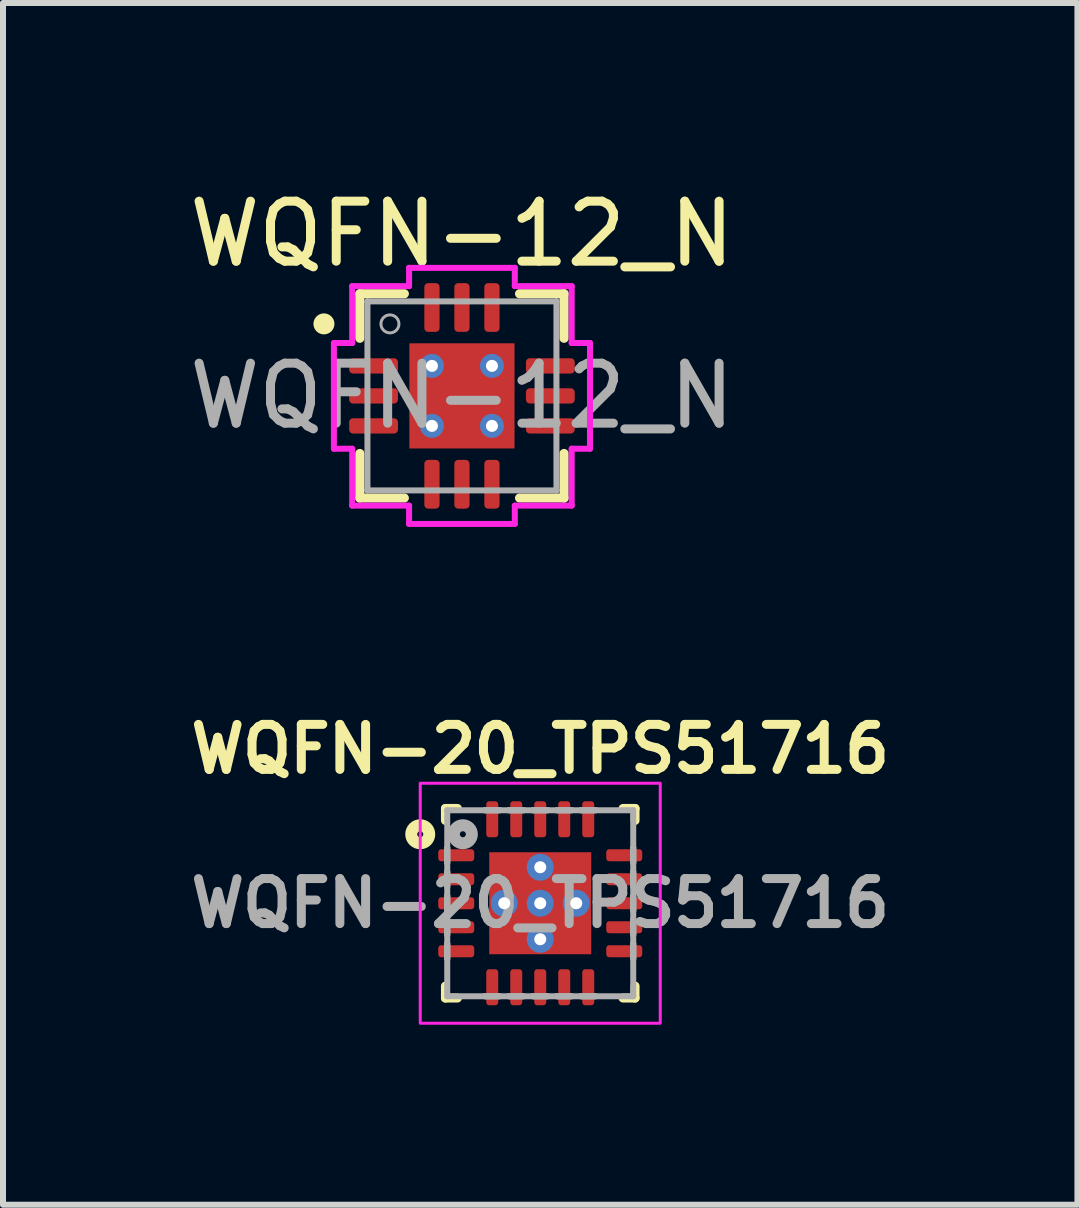
<source format=kicad_pcb>
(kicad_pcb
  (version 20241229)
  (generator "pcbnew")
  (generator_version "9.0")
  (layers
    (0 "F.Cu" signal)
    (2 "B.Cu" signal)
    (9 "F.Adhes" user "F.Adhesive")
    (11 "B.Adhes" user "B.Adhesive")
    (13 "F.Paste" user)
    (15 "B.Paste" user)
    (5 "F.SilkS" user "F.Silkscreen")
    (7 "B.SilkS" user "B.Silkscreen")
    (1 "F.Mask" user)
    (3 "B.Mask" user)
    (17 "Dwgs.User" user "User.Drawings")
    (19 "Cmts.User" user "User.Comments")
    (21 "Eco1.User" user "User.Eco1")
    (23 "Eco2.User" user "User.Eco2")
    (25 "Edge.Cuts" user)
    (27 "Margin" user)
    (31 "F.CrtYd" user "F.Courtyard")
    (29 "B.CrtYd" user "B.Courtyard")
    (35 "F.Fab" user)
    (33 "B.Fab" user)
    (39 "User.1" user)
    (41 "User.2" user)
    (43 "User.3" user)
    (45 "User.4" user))
  (footprint "WQFN-12_N"
    (layer "F.Cu")
    (at 4.649 3.548)
    (property "Reference" "WQFN-12_N" (at 0 -2.7 0) (unlocked yes) (layer "F.SilkS") (effects (font (size 1 1) (thickness 0.15))))
    (attr smd)
    (fp_line (start -1.702 -1.702) (end -1.702 -0.96) (stroke (width 0.152) (type solid)) (layer "F.SilkS"))
    (fp_line (start -1.702 0.96) (end -1.702 1.702) (stroke (width 0.152) (type solid)) (layer "F.SilkS"))
    (fp_line (start -1.702 1.702) (end -0.96 1.702) (stroke (width 0.152) (type solid)) (layer "F.SilkS"))
    (fp_line (start -0.96 -1.702) (end -1.702 -1.702) (stroke (width 0.152) (type solid)) (layer "F.SilkS"))
    (fp_line (start 0.96 1.702) (end 1.702 1.702) (stroke (width 0.152) (type solid)) (layer "F.SilkS"))
    (fp_line (start 1.702 -1.702) (end 0.96 -1.702) (stroke (width 0.152) (type solid)) (layer "F.SilkS"))
    (fp_line (start 1.702 -0.96) (end 1.702 -1.702) (stroke (width 0.152) (type solid)) (layer "F.SilkS"))
    (fp_line (start 1.702 1.702) (end 1.702 0.96) (stroke (width 0.152) (type solid)) (layer "F.SilkS"))
    (fp_circle (center -2.3 -1.2) (end -2.15 -1.2) (stroke (width 0.05) (type solid)) (fill yes) (layer "F.SilkS"))
    (fp_rect (start -0.825 -0.825) (end 0.825 0.825) (stroke (width 0.01) (type solid)) (fill yes) (layer "F.Paste"))
    (fp_line (start -2.134 -0.881) (end -1.829 -0.881) (stroke (width 0.1) (type solid)) (layer "F.CrtYd"))
    (fp_line (start -2.134 0.881) (end -2.134 -0.881) (stroke (width 0.1) (type solid)) (layer "F.CrtYd"))
    (fp_line (start -1.829 -1.829) (end -0.881 -1.829) (stroke (width 0.1) (type solid)) (layer "F.CrtYd"))
    (fp_line (start -1.829 -0.881) (end -1.829 -1.829) (stroke (width 0.1) (type solid)) (layer "F.CrtYd"))
    (fp_line (start -1.829 0.881) (end -2.134 0.881) (stroke (width 0.1) (type solid)) (layer "F.CrtYd"))
    (fp_line (start -1.829 1.829) (end -1.829 0.881) (stroke (width 0.1) (type solid)) (layer "F.CrtYd"))
    (fp_line (start -0.881 -2.134) (end 0.881 -2.134) (stroke (width 0.1) (type solid)) (layer "F.CrtYd"))
    (fp_line (start -0.881 -1.829) (end -0.881 -2.134) (stroke (width 0.1) (type solid)) (layer "F.CrtYd"))
    (fp_line (start -0.881 1.829) (end -1.829 1.829) (stroke (width 0.1) (type solid)) (layer "F.CrtYd"))
    (fp_line (start -0.881 2.134) (end -0.881 1.829) (stroke (width 0.1) (type solid)) (layer "F.CrtYd"))
    (fp_line (start 0.881 -2.134) (end 0.881 -1.829) (stroke (width 0.1) (type solid)) (layer "F.CrtYd"))
    (fp_line (start 0.881 -1.829) (end 1.829 -1.829) (stroke (width 0.1) (type solid)) (layer "F.CrtYd"))
    (fp_line (start 0.881 1.829) (end 0.881 2.134) (stroke (width 0.1) (type solid)) (layer "F.CrtYd"))
    (fp_line (start 0.881 2.134) (end -0.881 2.134) (stroke (width 0.1) (type solid)) (layer "F.CrtYd"))
    (fp_line (start 1.829 -1.829) (end 1.829 -0.881) (stroke (width 0.1) (type solid)) (layer "F.CrtYd"))
    (fp_line (start 1.829 -0.881) (end 2.134 -0.881) (stroke (width 0.1) (type solid)) (layer "F.CrtYd"))
    (fp_line (start 1.829 0.881) (end 1.829 1.829) (stroke (width 0.1) (type solid)) (layer "F.CrtYd"))
    (fp_line (start 1.829 1.829) (end 0.881 1.829) (stroke (width 0.1) (type solid)) (layer "F.CrtYd"))
    (fp_line (start 2.134 -0.881) (end 2.134 0.881) (stroke (width 0.1) (type solid)) (layer "F.CrtYd"))
    (fp_line (start 2.134 0.881) (end 1.829 0.881) (stroke (width 0.1) (type solid)) (layer "F.CrtYd"))
    (fp_line (start -1.575 -1.575) (end -1.575 -1.575) (stroke (width 0.1) (type solid)) (layer "F.Fab"))
    (fp_line (start -1.575 -1.575) (end -1.575 1.575) (stroke (width 0.1) (type solid)) (layer "F.Fab"))
    (fp_line (start -1.575 -0.653) (end -1.575 -0.653) (stroke (width 0.025) (type solid)) (layer "F.Fab"))
    (fp_line (start -1.575 -0.653) (end -1.575 -0.348) (stroke (width 0.025) (type solid)) (layer "F.Fab"))
    (fp_line (start -1.575 -0.348) (end -1.575 -0.653) (stroke (width 0.025) (type solid)) (layer "F.Fab"))
    (fp_line (start -1.575 -0.348) (end -1.575 -0.348) (stroke (width 0.025) (type solid)) (layer "F.Fab"))
    (fp_line (start -1.575 -0.152) (end -1.575 -0.152) (stroke (width 0.025) (type solid)) (layer "F.Fab"))
    (fp_line (start -1.575 -0.152) (end -1.575 0.152) (stroke (width 0.025) (type solid)) (layer "F.Fab"))
    (fp_line (start -1.575 0.152) (end -1.575 -0.152) (stroke (width 0.025) (type solid)) (layer "F.Fab"))
    (fp_line (start -1.575 0.152) (end -1.575 0.152) (stroke (width 0.025) (type solid)) (layer "F.Fab"))
    (fp_line (start -1.575 0.348) (end -1.575 0.348) (stroke (width 0.025) (type solid)) (layer "F.Fab"))
    (fp_line (start -1.575 0.348) (end -1.575 0.653) (stroke (width 0.025) (type solid)) (layer "F.Fab"))
    (fp_line (start -1.575 0.653) (end -1.575 0.348) (stroke (width 0.025) (type solid)) (layer "F.Fab"))
    (fp_line (start -1.575 0.653) (end -1.575 0.653) (stroke (width 0.025) (type solid)) (layer "F.Fab"))
    (fp_line (start -1.575 1.575) (end -1.575 1.575) (stroke (width 0.1) (type solid)) (layer "F.Fab"))
    (fp_line (start -1.575 1.575) (end 1.575 1.575) (stroke (width 0.1) (type solid)) (layer "F.Fab"))
    (fp_line (start -0.653 -1.575) (end -0.653 -1.575) (stroke (width 0.025) (type solid)) (layer "F.Fab"))
    (fp_line (start -0.653 -1.575) (end -0.348 -1.575) (stroke (width 0.025) (type solid)) (layer "F.Fab"))
    (fp_line (start -0.653 1.575) (end -0.653 1.575) (stroke (width 0.025) (type solid)) (layer "F.Fab"))
    (fp_line (start -0.653 1.575) (end -0.348 1.575) (stroke (width 0.025) (type solid)) (layer "F.Fab"))
    (fp_line (start -0.348 -1.575) (end -0.653 -1.575) (stroke (width 0.025) (type solid)) (layer "F.Fab"))
    (fp_line (start -0.348 -1.575) (end -0.348 -1.575) (stroke (width 0.025) (type solid)) (layer "F.Fab"))
    (fp_line (start -0.348 1.575) (end -0.653 1.575) (stroke (width 0.025) (type solid)) (layer "F.Fab"))
    (fp_line (start -0.348 1.575) (end -0.348 1.575) (stroke (width 0.025) (type solid)) (layer "F.Fab"))
    (fp_line (start -0.152 -1.575) (end -0.152 -1.575) (stroke (width 0.025) (type solid)) (layer "F.Fab"))
    (fp_line (start -0.152 -1.575) (end 0.152 -1.575) (stroke (width 0.025) (type solid)) (layer "F.Fab"))
    (fp_line (start -0.152 1.575) (end -0.152 1.575) (stroke (width 0.025) (type solid)) (layer "F.Fab"))
    (fp_line (start -0.152 1.575) (end 0.152 1.575) (stroke (width 0.025) (type solid)) (layer "F.Fab"))
    (fp_line (start 0.152 -1.575) (end -0.152 -1.575) (stroke (width 0.025) (type solid)) (layer "F.Fab"))
    (fp_line (start 0.152 -1.575) (end 0.152 -1.575) (stroke (width 0.025) (type solid)) (layer "F.Fab"))
    (fp_line (start 0.152 1.575) (end -0.152 1.575) (stroke (width 0.025) (type solid)) (layer "F.Fab"))
    (fp_line (start 0.152 1.575) (end 0.152 1.575) (stroke (width 0.025) (type solid)) (layer "F.Fab"))
    (fp_line (start 0.348 -1.575) (end 0.348 -1.575) (stroke (width 0.025) (type solid)) (layer "F.Fab"))
    (fp_line (start 0.348 -1.575) (end 0.653 -1.575) (stroke (width 0.025) (type solid)) (layer "F.Fab"))
    (fp_line (start 0.348 1.575) (end 0.348 1.575) (stroke (width 0.025) (type solid)) (layer "F.Fab"))
    (fp_line (start 0.348 1.575) (end 0.653 1.575) (stroke (width 0.025) (type solid)) (layer "F.Fab"))
    (fp_line (start 0.653 -1.575) (end 0.348 -1.575) (stroke (width 0.025) (type solid)) (layer "F.Fab"))
    (fp_line (start 0.653 -1.575) (end 0.653 -1.575) (stroke (width 0.025) (type solid)) (layer "F.Fab"))
    (fp_line (start 0.653 1.575) (end 0.348 1.575) (stroke (width 0.025) (type solid)) (layer "F.Fab"))
    (fp_line (start 0.653 1.575) (end 0.653 1.575) (stroke (width 0.025) (type solid)) (layer "F.Fab"))
    (fp_line (start 1.575 -1.575) (end -1.575 -1.575) (stroke (width 0.1) (type solid)) (layer "F.Fab"))
    (fp_line (start 1.575 -1.575) (end 1.575 -1.575) (stroke (width 0.1) (type solid)) (layer "F.Fab"))
    (fp_line (start 1.575 -0.653) (end 1.575 -0.653) (stroke (width 0.025) (type solid)) (layer "F.Fab"))
    (fp_line (start 1.575 -0.653) (end 1.575 -0.348) (stroke (width 0.025) (type solid)) (layer "F.Fab"))
    (fp_line (start 1.575 -0.348) (end 1.575 -0.653) (stroke (width 0.025) (type solid)) (layer "F.Fab"))
    (fp_line (start 1.575 -0.348) (end 1.575 -0.348) (stroke (width 0.025) (type solid)) (layer "F.Fab"))
    (fp_line (start 1.575 -0.152) (end 1.575 -0.152) (stroke (width 0.025) (type solid)) (layer "F.Fab"))
    (fp_line (start 1.575 -0.152) (end 1.575 0.152) (stroke (width 0.025) (type solid)) (layer "F.Fab"))
    (fp_line (start 1.575 0.152) (end 1.575 -0.152) (stroke (width 0.025) (type solid)) (layer "F.Fab"))
    (fp_line (start 1.575 0.152) (end 1.575 0.152) (stroke (width 0.025) (type solid)) (layer "F.Fab"))
    (fp_line (start 1.575 0.348) (end 1.575 0.348) (stroke (width 0.025) (type solid)) (layer "F.Fab"))
    (fp_line (start 1.575 0.348) (end 1.575 0.653) (stroke (width 0.025) (type solid)) (layer "F.Fab"))
    (fp_line (start 1.575 0.653) (end 1.575 0.348) (stroke (width 0.025) (type solid)) (layer "F.Fab"))
    (fp_line (start 1.575 0.653) (end 1.575 0.653) (stroke (width 0.025) (type solid)) (layer "F.Fab"))
    (fp_line (start 1.575 1.575) (end 1.575 -1.575) (stroke (width 0.1) (type solid)) (layer "F.Fab"))
    (fp_line (start 1.575 1.575) (end 1.575 1.575) (stroke (width 0.1) (type solid)) (layer "F.Fab"))
    (fp_circle (center -1.2 -1.2) (end -1.05 -1.2) (stroke (width 0.05) (type solid)) (fill no) (layer "F.Fab"))
    (fp_text user "${REFERENCE}" (at 0 0 0) (unlocked yes) (layer "F.Fab") (effects (font (size 1 1) (thickness 0.15))))
    (pad "1" smd roundrect (at -1.473 -0.5 90) (size 0.254 0.813) (layers "F.Cu" "F.Mask" "F.Paste") (roundrect_rratio 0.25))
    (pad "2" smd roundrect (at -1.473 0 90) (size 0.254 0.813) (layers "F.Cu" "F.Mask" "F.Paste") (roundrect_rratio 0.25))
    (pad "3" smd roundrect (at -1.473 0.5 90) (size 0.254 0.813) (layers "F.Cu" "F.Mask" "F.Paste") (roundrect_rratio 0.25))
    (pad "4" smd roundrect (at -0.5 1.473) (size 0.254 0.813) (layers "F.Cu" "F.Mask" "F.Paste") (roundrect_rratio 0.25))
    (pad "5" smd roundrect (at 0 1.473) (size 0.254 0.813) (layers "F.Cu" "F.Mask" "F.Paste") (roundrect_rratio 0.25))
    (pad "6" smd roundrect (at 0.5 1.473) (size 0.254 0.813) (layers "F.Cu" "F.Mask" "F.Paste") (roundrect_rratio 0.25))
    (pad "7" smd roundrect (at 1.473 0.5 90) (size 0.254 0.813) (layers "F.Cu" "F.Mask" "F.Paste") (roundrect_rratio 0.25))
    (pad "8" smd roundrect (at 1.473 0 90) (size 0.254 0.813) (layers "F.Cu" "F.Mask" "F.Paste") (roundrect_rratio 0.25))
    (pad "9" smd roundrect (at 1.473 -0.5 90) (size 0.254 0.813) (layers "F.Cu" "F.Mask" "F.Paste") (roundrect_rratio 0.25))
    (pad "10" smd roundrect (at 0.5 -1.473) (size 0.254 0.813) (layers "F.Cu" "F.Mask" "F.Paste") (roundrect_rratio 0.25))
    (pad "11" smd roundrect (at 0 -1.473) (size 0.254 0.813) (layers "F.Cu" "F.Mask" "F.Paste") (roundrect_rratio 0.25))
    (pad "12" smd roundrect (at -0.5 -1.473) (size 0.254 0.813) (layers "F.Cu" "F.Mask" "F.Paste") (roundrect_rratio 0.25))
    (pad "13" thru_hole circle (at -0.5 -0.5) (size 0.4 0.4) (drill 0.2) (layers "*.Cu" "*.Mask"))
    (pad "13" thru_hole circle (at -0.5 0.5) (size 0.4 0.4) (drill 0.2) (layers "*.Cu" "*.Mask"))
    (pad "13" smd rect (at 0 0) (size 1.753 1.753) (layers "F.Cu" "F.Mask"))
    (pad "13" thru_hole circle (at 0.5 -0.5) (size 0.4 0.4) (drill 0.2) (layers "*.Cu" "*.Mask"))
    (pad "13" thru_hole circle (at 0.5 0.5) (size 0.4 0.4) (drill 0.2) (layers "*.Cu" "*.Mask")))
  (footprint "WQFN-20_TPS51716"
    (layer "F.Cu")
    (at 5.954 12.004)
    (property "Reference" "WQFN-20_TPS51716" (at 0 -2.57 0) (unlocked yes) (layer "F.SilkS") (effects (font (size 0.75 0.75) (thickness 0.15))))
    (attr smd)
    (fp_line (start -1.58 -1.38) (end -1.58 -1.58) (stroke (width 0.15) (type solid)) (layer "F.SilkS"))
    (fp_line (start -1.58 1.38) (end -1.58 1.58) (stroke (width 0.15) (type solid)) (layer "F.SilkS"))
    (fp_line (start -1.38 -1.58) (end -1.58 -1.58) (stroke (width 0.15) (type solid)) (layer "F.SilkS"))
    (fp_line (start -1.38 1.58) (end -1.58 1.58) (stroke (width 0.15) (type solid)) (layer "F.SilkS"))
    (fp_line (start 1.38 -1.58) (end 1.58 -1.58) (stroke (width 0.15) (type solid)) (layer "F.SilkS"))
    (fp_line (start 1.38 1.58) (end 1.58 1.58) (stroke (width 0.15) (type solid)) (layer "F.SilkS"))
    (fp_line (start 1.58 -1.38) (end 1.58 -1.58) (stroke (width 0.15) (type solid)) (layer "F.SilkS"))
    (fp_line (start 1.58 1.38) (end 1.58 1.58) (stroke (width 0.15) (type solid)) (layer "F.SilkS"))
    (fp_circle (center -2 -1.15) (end -1.95 -1.15) (stroke (width 0.2) (type default)) (fill no) (layer "F.SilkS"))
    (fp_rect (start -0.85 -0.85) (end -0.1 -0.1) (stroke (width 0) (type solid)) (fill yes) (layer "F.Paste"))
    (fp_rect (start -0.85 0.85) (end -0.1 0.1) (stroke (width 0) (type solid)) (fill yes) (layer "F.Paste"))
    (fp_rect (start 0.85 -0.85) (end 0.1 -0.1) (stroke (width 0) (type solid)) (fill yes) (layer "F.Paste"))
    (fp_rect (start 0.85 0.85) (end 0.1 0.1) (stroke (width 0) (type solid)) (fill yes) (layer "F.Paste"))
    (fp_rect (start -2 -2) (end 2 2) (stroke (width 0.05) (type default)) (fill no) (layer "F.CrtYd"))
    (fp_line (start -1.55 -1.55) (end 1.55 -1.55) (stroke (width 0.1) (type solid)) (layer "F.Fab"))
    (fp_line (start -1.55 -0.675) (end -1.55 -0.925) (stroke (width 0.1) (type solid)) (layer "F.Fab"))
    (fp_line (start -1.55 -0.675) (end -1.55 -0.925) (stroke (width 0.1) (type solid)) (layer "F.Fab"))
    (fp_line (start -1.55 -0.275) (end -1.55 -0.525) (stroke (width 0.1) (type solid)) (layer "F.Fab"))
    (fp_line (start -1.55 -0.275) (end -1.55 -0.525) (stroke (width 0.1) (type solid)) (layer "F.Fab"))
    (fp_line (start -1.55 0.125) (end -1.55 -0.125) (stroke (width 0.1) (type solid)) (layer "F.Fab"))
    (fp_line (start -1.55 0.125) (end -1.55 -0.125) (stroke (width 0.1) (type solid)) (layer "F.Fab"))
    (fp_line (start -1.55 0.525) (end -1.55 0.275) (stroke (width 0.1) (type solid)) (layer "F.Fab"))
    (fp_line (start -1.55 0.525) (end -1.55 0.275) (stroke (width 0.1) (type solid)) (layer "F.Fab"))
    (fp_line (start -1.55 0.925) (end -1.55 0.675) (stroke (width 0.1) (type solid)) (layer "F.Fab"))
    (fp_line (start -1.55 0.925) (end -1.55 0.675) (stroke (width 0.1) (type solid)) (layer "F.Fab"))
    (fp_line (start -1.55 1.55) (end -1.55 -1.55) (stroke (width 0.1) (type solid)) (layer "F.Fab"))
    (fp_line (start -1.55 1.55) (end 1.55 1.55) (stroke (width 0.1) (type solid)) (layer "F.Fab"))
    (fp_line (start -0.925 -1.55) (end -0.675 -1.55) (stroke (width 0.1) (type solid)) (layer "F.Fab"))
    (fp_line (start -0.925 -1.55) (end -0.675 -1.55) (stroke (width 0.1) (type solid)) (layer "F.Fab"))
    (fp_line (start -0.925 1.55) (end -0.675 1.55) (stroke (width 0.1) (type solid)) (layer "F.Fab"))
    (fp_line (start -0.925 1.55) (end -0.675 1.55) (stroke (width 0.1) (type solid)) (layer "F.Fab"))
    (fp_line (start -0.525 -1.55) (end -0.275 -1.55) (stroke (width 0.1) (type solid)) (layer "F.Fab"))
    (fp_line (start -0.525 -1.55) (end -0.275 -1.55) (stroke (width 0.1) (type solid)) (layer "F.Fab"))
    (fp_line (start -0.525 1.55) (end -0.275 1.55) (stroke (width 0.1) (type solid)) (layer "F.Fab"))
    (fp_line (start -0.525 1.55) (end -0.275 1.55) (stroke (width 0.1) (type solid)) (layer "F.Fab"))
    (fp_line (start -0.125 -1.55) (end 0.125 -1.55) (stroke (width 0.1) (type solid)) (layer "F.Fab"))
    (fp_line (start -0.125 -1.55) (end 0.125 -1.55) (stroke (width 0.1) (type solid)) (layer "F.Fab"))
    (fp_line (start -0.125 1.55) (end 0.125 1.55) (stroke (width 0.1) (type solid)) (layer "F.Fab"))
    (fp_line (start -0.125 1.55) (end 0.125 1.55) (stroke (width 0.1) (type solid)) (layer "F.Fab"))
    (fp_line (start 0.275 -1.55) (end 0.525 -1.55) (stroke (width 0.1) (type solid)) (layer "F.Fab"))
    (fp_line (start 0.275 -1.55) (end 0.525 -1.55) (stroke (width 0.1) (type solid)) (layer "F.Fab"))
    (fp_line (start 0.275 1.55) (end 0.525 1.55) (stroke (width 0.1) (type solid)) (layer "F.Fab"))
    (fp_line (start 0.275 1.55) (end 0.525 1.55) (stroke (width 0.1) (type solid)) (layer "F.Fab"))
    (fp_line (start 0.675 -1.55) (end 0.925 -1.55) (stroke (width 0.1) (type solid)) (layer "F.Fab"))
    (fp_line (start 0.675 -1.55) (end 0.925 -1.55) (stroke (width 0.1) (type solid)) (layer "F.Fab"))
    (fp_line (start 0.675 1.55) (end 0.925 1.55) (stroke (width 0.1) (type solid)) (layer "F.Fab"))
    (fp_line (start 0.675 1.55) (end 0.925 1.55) (stroke (width 0.1) (type solid)) (layer "F.Fab"))
    (fp_line (start 1.55 -0.675) (end 1.55 -0.925) (stroke (width 0.1) (type solid)) (layer "F.Fab"))
    (fp_line (start 1.55 -0.675) (end 1.55 -0.925) (stroke (width 0.1) (type solid)) (layer "F.Fab"))
    (fp_line (start 1.55 -0.275) (end 1.55 -0.525) (stroke (width 0.1) (type solid)) (layer "F.Fab"))
    (fp_line (start 1.55 -0.275) (end 1.55 -0.525) (stroke (width 0.1) (type solid)) (layer "F.Fab"))
    (fp_line (start 1.55 0.125) (end 1.55 -0.125) (stroke (width 0.1) (type solid)) (layer "F.Fab"))
    (fp_line (start 1.55 0.125) (end 1.55 -0.125) (stroke (width 0.1) (type solid)) (layer "F.Fab"))
    (fp_line (start 1.55 0.525) (end 1.55 0.275) (stroke (width 0.1) (type solid)) (layer "F.Fab"))
    (fp_line (start 1.55 0.525) (end 1.55 0.275) (stroke (width 0.1) (type solid)) (layer "F.Fab"))
    (fp_line (start 1.55 0.925) (end 1.55 0.675) (stroke (width 0.1) (type solid)) (layer "F.Fab"))
    (fp_line (start 1.55 0.925) (end 1.55 0.675) (stroke (width 0.1) (type solid)) (layer "F.Fab"))
    (fp_line (start 1.55 1.55) (end 1.55 -1.55) (stroke (width 0.1) (type solid)) (layer "F.Fab"))
    (fp_circle (center -1.29 -1.15) (end -1.24 -1.15) (stroke (width 0.2) (type solid)) (fill no) (layer "F.Fab"))
    (fp_text user "${REFERENCE}" (at 0 0 0) (unlocked yes) (layer "F.Fab") (effects (font (size 0.75 0.75) (thickness 0.15))))
    (pad "1" smd roundrect (at -1.4 -0.8 90) (size 0.2 0.6) (layers "F.Cu" "F.Mask" "F.Paste") (roundrect_rratio 0.25))
    (pad "2" smd roundrect (at -1.4 -0.4 90) (size 0.2 0.6) (layers "F.Cu" "F.Mask" "F.Paste") (roundrect_rratio 0.25))
    (pad "3" smd roundrect (at -1.4 0 90) (size 0.2 0.6) (layers "F.Cu" "F.Mask" "F.Paste") (roundrect_rratio 0.25))
    (pad "4" smd roundrect (at -1.4 0.4 90) (size 0.2 0.6) (layers "F.Cu" "F.Mask" "F.Paste") (roundrect_rratio 0.25))
    (pad "5" smd roundrect (at -1.4 0.8 90) (size 0.2 0.6) (layers "F.Cu" "F.Mask" "F.Paste") (roundrect_rratio 0.25))
    (pad "6" smd roundrect (at -0.8 1.4) (size 0.2 0.6) (layers "F.Cu" "F.Mask" "F.Paste") (roundrect_rratio 0.25))
    (pad "7" smd roundrect (at -0.4 1.4) (size 0.2 0.6) (layers "F.Cu" "F.Mask" "F.Paste") (roundrect_rratio 0.25))
    (pad "8" smd roundrect (at 0 1.4) (size 0.2 0.6) (layers "F.Cu" "F.Mask" "F.Paste") (roundrect_rratio 0.25))
    (pad "9" smd roundrect (at 0.4 1.4) (size 0.2 0.6) (layers "F.Cu" "F.Mask" "F.Paste") (roundrect_rratio 0.25))
    (pad "10" smd roundrect (at 0.8 1.4) (size 0.2 0.6) (layers "F.Cu" "F.Mask" "F.Paste") (roundrect_rratio 0.25))
    (pad "11" smd roundrect (at 1.4 0.8 90) (size 0.2 0.6) (layers "F.Cu" "F.Mask" "F.Paste") (roundrect_rratio 0.25))
    (pad "12" smd roundrect (at 1.4 0.4 90) (size 0.2 0.6) (layers "F.Cu" "F.Mask" "F.Paste") (roundrect_rratio 0.25))
    (pad "13" smd roundrect (at 1.4 0 90) (size 0.2 0.6) (layers "F.Cu" "F.Mask" "F.Paste") (roundrect_rratio 0.25))
    (pad "14" smd roundrect (at 1.4 -0.4 90) (size 0.2 0.6) (layers "F.Cu" "F.Mask" "F.Paste") (roundrect_rratio 0.25))
    (pad "15" smd roundrect (at 1.4 -0.8 90) (size 0.2 0.6) (layers "F.Cu" "F.Mask" "F.Paste") (roundrect_rratio 0.25))
    (pad "16" smd roundrect (at 0.8 -1.4) (size 0.2 0.6) (layers "F.Cu" "F.Mask" "F.Paste") (roundrect_rratio 0.25))
    (pad "17" smd roundrect (at 0.4 -1.4) (size 0.2 0.6) (layers "F.Cu" "F.Mask" "F.Paste") (roundrect_rratio 0.25))
    (pad "18" smd roundrect (at 0 -1.4) (size 0.2 0.6) (layers "F.Cu" "F.Mask" "F.Paste") (roundrect_rratio 0.25))
    (pad "19" smd roundrect (at -0.4 -1.4) (size 0.2 0.6) (layers "F.Cu" "F.Mask" "F.Paste") (roundrect_rratio 0.25))
    (pad "20" smd roundrect (at -0.8 -1.4) (size 0.2 0.6) (layers "F.Cu" "F.Mask" "F.Paste") (roundrect_rratio 0.25))
    (pad "21" thru_hole circle (at -0.6 0) (size 0.45 0.45) (drill 0.2) (layers "*.Cu" "*.Mask"))
    (pad "21" thru_hole circle (at 0 -0.6) (size 0.45 0.45) (drill 0.2) (layers "*.Cu" "*.Mask"))
    (pad "21" thru_hole circle (at 0 0) (size 0.45 0.45) (drill 0.2) (layers "*.Cu" "*.Mask"))
    (pad "21" smd rect (at 0 0) (size 1.7 1.7) (layers "F.Cu" "F.Mask"))
    (pad "21" thru_hole circle (at 0 0.6) (size 0.45 0.45) (drill 0.2) (layers "*.Cu" "*.Mask"))
    (pad "21" thru_hole circle (at 0.6 0) (size 0.45 0.45) (drill 0.2) (layers "*.Cu" "*.Mask")))
  (gr_rect
    (start -3 -3)
    (end 14.907 17.029)
    (stroke (width 0.1) (type default))
    (fill no)
    (layer "Edge.Cuts")))
</source>
